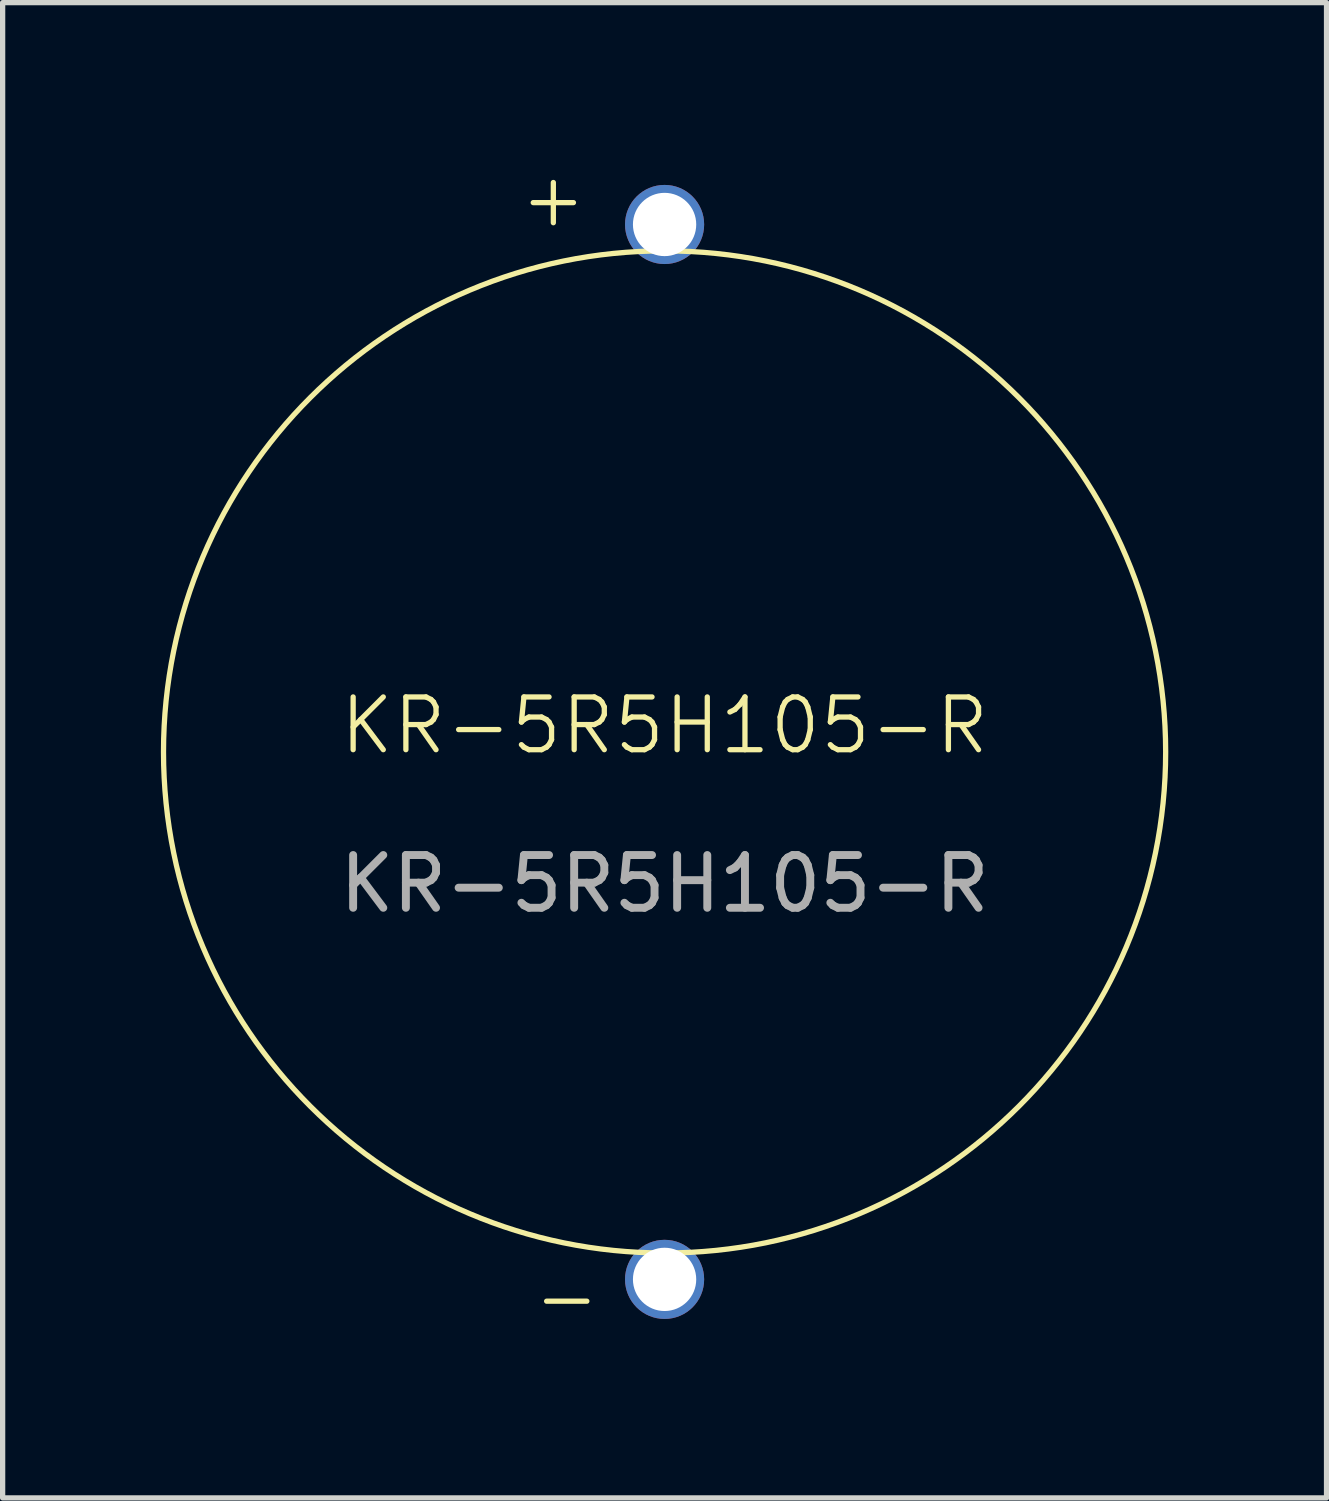
<source format=kicad_pcb>
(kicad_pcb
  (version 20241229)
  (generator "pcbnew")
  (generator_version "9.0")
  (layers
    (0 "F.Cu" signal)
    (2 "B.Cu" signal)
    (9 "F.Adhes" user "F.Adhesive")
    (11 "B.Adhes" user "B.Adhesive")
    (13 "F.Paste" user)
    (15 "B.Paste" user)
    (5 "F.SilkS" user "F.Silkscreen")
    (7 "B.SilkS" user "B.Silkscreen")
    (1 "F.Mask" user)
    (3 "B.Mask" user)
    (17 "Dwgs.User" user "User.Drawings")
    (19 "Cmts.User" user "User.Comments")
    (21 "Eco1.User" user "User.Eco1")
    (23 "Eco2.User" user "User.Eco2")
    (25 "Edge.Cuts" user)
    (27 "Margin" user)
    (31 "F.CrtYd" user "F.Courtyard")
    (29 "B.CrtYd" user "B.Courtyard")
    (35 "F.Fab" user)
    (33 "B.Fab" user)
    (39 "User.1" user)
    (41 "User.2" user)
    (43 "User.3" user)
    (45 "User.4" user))
  (footprint "KR-5R5H105-R"
    (layer "F.Cu")
    (at 9.55 11.206)
    (property "Reference" "KR-5R5H105-R" (at 0 -0.5 0) (unlocked yes) (layer "F.SilkS") (effects (font (size 1 1) (thickness 0.1))))
    (attr smd)
    (fp_circle (center 0 0) (end 9.5 0) (stroke (width 0.1) (type default)) (fill no) (layer "F.SilkS"))
    (fp_text user "-" (at -2.54 10.922 0) (unlocked yes) (layer "F.SilkS") (effects (font (size 1 1) (thickness 0.1)) (justify left bottom)))
    (fp_text user "+" (at -2.794 -9.906 0) (unlocked yes) (layer "F.SilkS") (effects (font (size 1 1) (thickness 0.1)) (justify left bottom)))
    (fp_text user "${REFERENCE}" (at 0 2.5 0) (unlocked yes) (layer "F.Fab") (effects (font (size 1 1) (thickness 0.15))))
    (pad "1" thru_hole circle (at 0 -10) (size 1.5 1.5) (drill 1.2) (layers "*.Cu" "*.Mask"))
    (pad "2" thru_hole circle (at 0 10) (size 1.5 1.5) (drill 1.2) (layers "*.Cu" "*.Mask")))
  (gr_rect
    (start -3 -3)
    (end 22.1 25.349)
    (stroke (width 0.1) (type default))
    (fill no)
    (layer "Edge.Cuts")))
</source>
